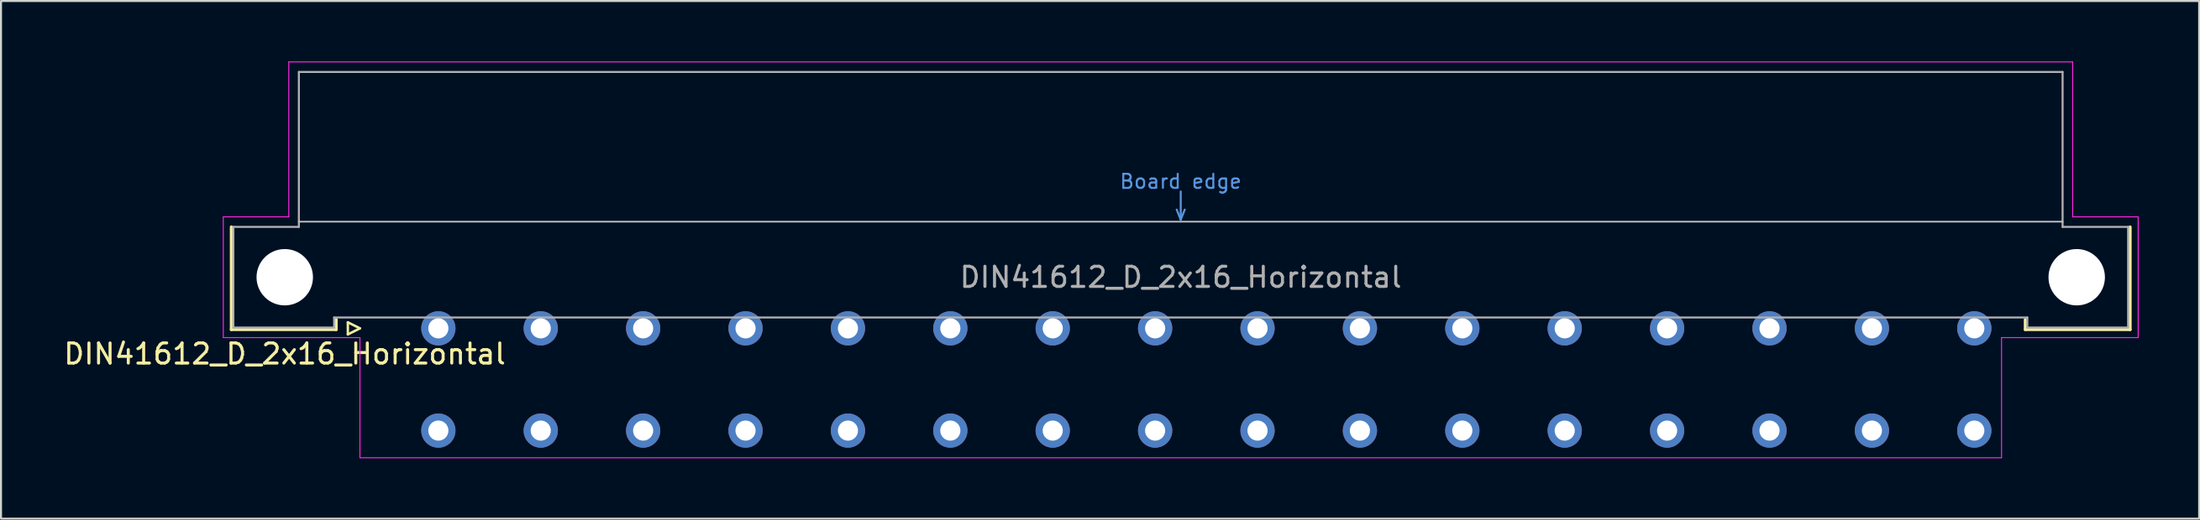
<source format=kicad_pcb>
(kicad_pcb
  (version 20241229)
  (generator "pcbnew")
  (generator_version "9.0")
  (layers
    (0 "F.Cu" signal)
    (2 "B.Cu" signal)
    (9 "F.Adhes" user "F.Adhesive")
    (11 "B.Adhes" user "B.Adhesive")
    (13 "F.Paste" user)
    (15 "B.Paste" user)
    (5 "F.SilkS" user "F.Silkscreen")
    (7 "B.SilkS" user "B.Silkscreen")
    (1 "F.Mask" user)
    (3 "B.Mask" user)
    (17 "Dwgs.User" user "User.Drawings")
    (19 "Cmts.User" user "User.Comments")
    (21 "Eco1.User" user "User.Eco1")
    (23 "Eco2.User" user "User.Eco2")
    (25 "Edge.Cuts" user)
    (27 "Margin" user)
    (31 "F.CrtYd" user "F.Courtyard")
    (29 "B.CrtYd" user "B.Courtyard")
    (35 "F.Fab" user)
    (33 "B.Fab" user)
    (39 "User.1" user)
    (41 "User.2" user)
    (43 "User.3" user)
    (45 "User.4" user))
  (footprint "DIN41612_D_2x16_Horizontal"
    (layer "F.Cu")
    (at 16.157 13.265)
    (property "Reference" "DIN41612_D_2x16_Horizontal" (at -5.08 1.27 0) (layer "F.SilkS") (effects (font (size 1 1) (thickness 0.15))))
    (attr through_hole)
    (fp_line (start -7.73 0.06) (end -7.73 -5.04) (stroke (width 0.15) (type solid)) (layer "F.SilkS"))
    (fp_line (start -2.53 -0.44) (end -2.53 0.06) (stroke (width 0.15) (type solid)) (layer "F.SilkS"))
    (fp_line (start -2.53 0.06) (end -7.73 0.06) (stroke (width 0.15) (type solid)) (layer "F.SilkS"))
    (fp_line (start -1.95 -0.3) (end -1.95 0.3) (stroke (width 0.12) (type solid)) (layer "F.SilkS"))
    (fp_line (start -1.95 0.3) (end -1.35 0) (stroke (width 0.12) (type solid)) (layer "F.SilkS"))
    (fp_line (start -1.35 0) (end -1.95 -0.3) (stroke (width 0.12) (type solid)) (layer "F.SilkS"))
    (fp_line (start 81.27 -0.44) (end 81.27 0.06) (stroke (width 0.15) (type solid)) (layer "F.SilkS"))
    (fp_line (start 81.27 0.06) (end 86.47 0.06) (stroke (width 0.15) (type solid)) (layer "F.SilkS"))
    (fp_line (start 86.47 0.06) (end 86.47 -5.04) (stroke (width 0.15) (type solid)) (layer "F.SilkS"))
    (fp_line (start -4.38 -5.3) (end 83.12 -5.3) (stroke (width 0.08) (type solid)) (layer "Dwgs.User"))
    (fp_line (start 39.17 -5.9) (end 39.37 -5.4) (stroke (width 0.1) (type solid)) (layer "Cmts.User"))
    (fp_line (start 39.37 -6.8) (end 39.37 -5.4) (stroke (width 0.1) (type solid)) (layer "Cmts.User"))
    (fp_line (start 39.37 -5.4) (end 39.57 -5.9) (stroke (width 0.1) (type solid)) (layer "Cmts.User"))
    (fp_line (start -8.13 -5.54) (end -4.88 -5.54) (stroke (width 0.05) (type solid)) (layer "F.CrtYd"))
    (fp_line (start -8.13 0.46) (end -8.13 -5.54) (stroke (width 0.05) (type solid)) (layer "F.CrtYd"))
    (fp_line (start -4.88 -13.24) (end 83.62 -13.24) (stroke (width 0.05) (type solid)) (layer "F.CrtYd"))
    (fp_line (start -4.88 -5.54) (end -4.88 -13.24) (stroke (width 0.05) (type solid)) (layer "F.CrtYd"))
    (fp_line (start -1.35 0.46) (end -8.13 0.46) (stroke (width 0.05) (type solid)) (layer "F.CrtYd"))
    (fp_line (start -1.35 0.46) (end -1.35 6.43) (stroke (width 0.05) (type solid)) (layer "F.CrtYd"))
    (fp_line (start 80.09 0.46) (end 80.09 6.43) (stroke (width 0.05) (type solid)) (layer "F.CrtYd"))
    (fp_line (start 80.09 6.43) (end -1.35 6.43) (stroke (width 0.05) (type solid)) (layer "F.CrtYd"))
    (fp_line (start 80.87 0.46) (end 80.09 0.46) (stroke (width 0.05) (type solid)) (layer "F.CrtYd"))
    (fp_line (start 83.62 -13.24) (end 83.62 -5.54) (stroke (width 0.05) (type solid)) (layer "F.CrtYd"))
    (fp_line (start 83.62 -5.54) (end 86.87 -5.54) (stroke (width 0.05) (type solid)) (layer "F.CrtYd"))
    (fp_line (start 86.87 -5.54) (end 86.87 0.46) (stroke (width 0.05) (type solid)) (layer "F.CrtYd"))
    (fp_line (start 86.87 0.46) (end 80.87 0.46) (stroke (width 0.05) (type solid)) (layer "F.CrtYd"))
    (fp_line (start -7.63 -5.04) (end -4.38 -5.04) (stroke (width 0.1) (type solid)) (layer "F.Fab"))
    (fp_line (start -7.63 -0.04) (end -7.63 -5.04) (stroke (width 0.1) (type solid)) (layer "F.Fab"))
    (fp_line (start -4.38 -12.74) (end 83.12 -12.74) (stroke (width 0.1) (type solid)) (layer "F.Fab"))
    (fp_line (start -4.38 -5.04) (end -4.38 -12.74) (stroke (width 0.1) (type solid)) (layer "F.Fab"))
    (fp_line (start -2.63 -0.54) (end -2.63 -0.04) (stroke (width 0.1) (type solid)) (layer "F.Fab"))
    (fp_line (start -2.63 -0.04) (end -7.63 -0.04) (stroke (width 0.1) (type solid)) (layer "F.Fab"))
    (fp_line (start 81.37 -0.54) (end -2.63 -0.54) (stroke (width 0.1) (type solid)) (layer "F.Fab"))
    (fp_line (start 81.37 -0.04) (end 81.37 -0.54) (stroke (width 0.1) (type solid)) (layer "F.Fab"))
    (fp_line (start 83.12 -12.74) (end 83.12 -5.04) (stroke (width 0.1) (type solid)) (layer "F.Fab"))
    (fp_line (start 83.12 -5.04) (end 86.37 -5.04) (stroke (width 0.1) (type solid)) (layer "F.Fab"))
    (fp_line (start 86.37 -5.04) (end 86.37 -0.04) (stroke (width 0.1) (type solid)) (layer "F.Fab"))
    (fp_line (start 86.37 -0.04) (end 81.37 -0.04) (stroke (width 0.1) (type solid)) (layer "F.Fab"))
    (fp_text user "Board edge" (at 39.37 -7.3 0) (layer "Cmts.User") (effects (font (size 0.7 0.7) (thickness 0.1))))
    (fp_text user "${REFERENCE}" (at 39.37 -2.54 0) (layer "F.Fab") (effects (font (size 1 1) (thickness 0.15))))
    (pad "" np_thru_hole circle (at -5.08 -2.54) (size 2.8 2.8) (drill 2.8) (layers "*.Cu" "*.Mask"))
    (pad "" np_thru_hole circle (at 83.82 -2.54) (size 2.8 2.8) (drill 2.8) (layers "*.Cu" "*.Mask"))
    (pad "a2" thru_hole circle (at 2.54 0) (size 1.7 1.7) (drill 1) (layers "*.Cu" "*.Mask"))
    (pad "a4" thru_hole circle (at 7.62 0) (size 1.7 1.7) (drill 1) (layers "*.Cu" "*.Mask"))
    (pad "a6" thru_hole circle (at 12.7 0) (size 1.7 1.7) (drill 1) (layers "*.Cu" "*.Mask"))
    (pad "a8" thru_hole circle (at 17.78 0) (size 1.7 1.7) (drill 1) (layers "*.Cu" "*.Mask"))
    (pad "a10" thru_hole circle (at 22.86 0) (size 1.7 1.7) (drill 1) (layers "*.Cu" "*.Mask"))
    (pad "a12" thru_hole circle (at 27.94 0) (size 1.7 1.7) (drill 1) (layers "*.Cu" "*.Mask"))
    (pad "a14" thru_hole circle (at 33.02 0) (size 1.7 1.7) (drill 1) (layers "*.Cu" "*.Mask"))
    (pad "a16" thru_hole circle (at 38.1 0) (size 1.7 1.7) (drill 1) (layers "*.Cu" "*.Mask"))
    (pad "a18" thru_hole circle (at 43.18 0) (size 1.7 1.7) (drill 1) (layers "*.Cu" "*.Mask"))
    (pad "a20" thru_hole circle (at 48.26 0) (size 1.7 1.7) (drill 1) (layers "*.Cu" "*.Mask"))
    (pad "a22" thru_hole circle (at 53.34 0) (size 1.7 1.7) (drill 1) (layers "*.Cu" "*.Mask"))
    (pad "a24" thru_hole circle (at 58.42 0) (size 1.7 1.7) (drill 1) (layers "*.Cu" "*.Mask"))
    (pad "a26" thru_hole circle (at 63.5 0) (size 1.7 1.7) (drill 1) (layers "*.Cu" "*.Mask"))
    (pad "a28" thru_hole circle (at 68.58 0) (size 1.7 1.7) (drill 1) (layers "*.Cu" "*.Mask"))
    (pad "a30" thru_hole circle (at 73.66 0) (size 1.7 1.7) (drill 1) (layers "*.Cu" "*.Mask"))
    (pad "a32" thru_hole circle (at 78.74 0) (size 1.7 1.7) (drill 1) (layers "*.Cu" "*.Mask"))
    (pad "c2" thru_hole circle (at 2.54 5.08) (size 1.7 1.7) (drill 1) (layers "*.Cu" "*.Mask"))
    (pad "c4" thru_hole circle (at 7.62 5.08) (size 1.7 1.7) (drill 1) (layers "*.Cu" "*.Mask"))
    (pad "c6" thru_hole circle (at 12.7 5.08) (size 1.7 1.7) (drill 1) (layers "*.Cu" "*.Mask"))
    (pad "c8" thru_hole circle (at 17.78 5.08) (size 1.7 1.7) (drill 1) (layers "*.Cu" "*.Mask"))
    (pad "c10" thru_hole circle (at 22.86 5.08) (size 1.7 1.7) (drill 1) (layers "*.Cu" "*.Mask"))
    (pad "c12" thru_hole circle (at 27.94 5.08) (size 1.7 1.7) (drill 1) (layers "*.Cu" "*.Mask"))
    (pad "c14" thru_hole circle (at 33.02 5.08) (size 1.7 1.7) (drill 1) (layers "*.Cu" "*.Mask"))
    (pad "c16" thru_hole circle (at 38.1 5.08) (size 1.7 1.7) (drill 1) (layers "*.Cu" "*.Mask"))
    (pad "c18" thru_hole circle (at 43.18 5.08) (size 1.7 1.7) (drill 1) (layers "*.Cu" "*.Mask"))
    (pad "c20" thru_hole circle (at 48.26 5.08) (size 1.7 1.7) (drill 1) (layers "*.Cu" "*.Mask"))
    (pad "c22" thru_hole circle (at 53.34 5.08) (size 1.7 1.7) (drill 1) (layers "*.Cu" "*.Mask"))
    (pad "c24" thru_hole circle (at 58.42 5.08) (size 1.7 1.7) (drill 1) (layers "*.Cu" "*.Mask"))
    (pad "c26" thru_hole circle (at 63.5 5.08) (size 1.7 1.7) (drill 1) (layers "*.Cu" "*.Mask"))
    (pad "c28" thru_hole circle (at 68.58 5.08) (size 1.7 1.7) (drill 1) (layers "*.Cu" "*.Mask"))
    (pad "c30" thru_hole circle (at 73.66 5.08) (size 1.7 1.7) (drill 1) (layers "*.Cu" "*.Mask"))
    (pad "c32" thru_hole circle (at 78.74 5.08) (size 1.7 1.7) (drill 1) (layers "*.Cu" "*.Mask")))
  (gr_rect
    (start -3 -3)
    (end 106.052 22.72)
    (stroke (width 0.1) (type default))
    (fill no)
    (layer "Edge.Cuts")))
</source>
